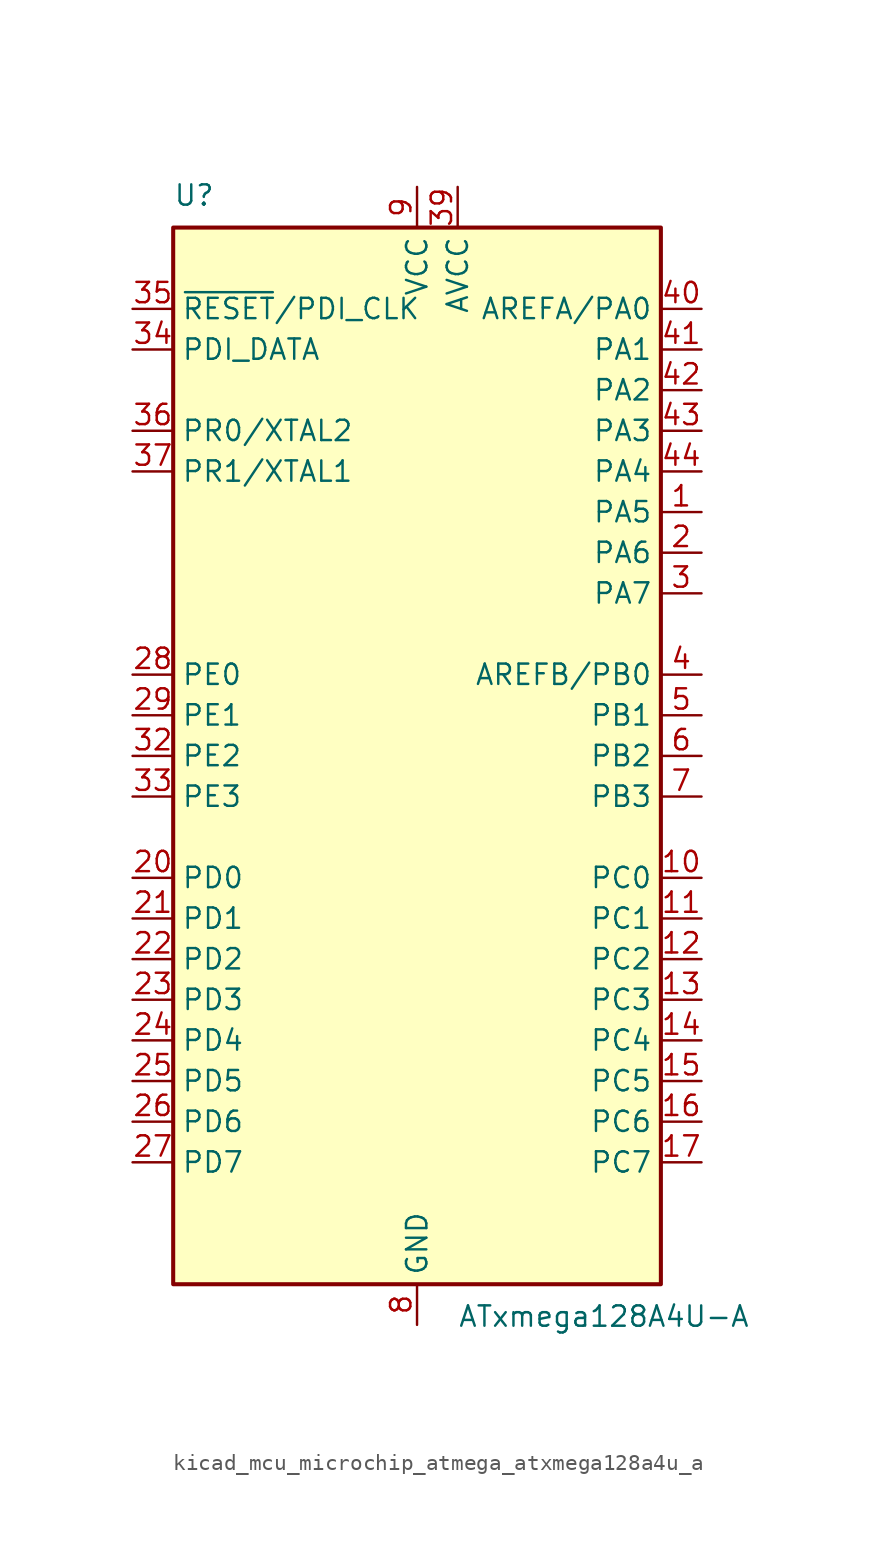
<source format=kicad_sym>
(kicad_symbol_lib
  (version 20220914)
  (generator kicad_symbol_editor)
  (symbol "kicad_mcu_microchip_atmega_atxmega128a4u_a"
    (property "Reference" "U"
      (at -15.24 34.29 0)
      (effects (font (size 1.27 1.27)) (justify left bottom)))
    (property "Value" "ATxmega128A4U-A"
      (at 2.54 -34.29 0)
      (effects (font (size 1.27 1.27)) (justify left top)))
    (symbol "kicad_mcu_microchip_atmega_atxmega128a4u_a_0_1"
      (rectangle (start -15.24 -33.02) (end 15.24 33.02) (stroke (width 0.254) (type default)) (fill (type background))))
    (symbol "kicad_mcu_microchip_atmega_atxmega128a4u_a_1_1"
      (pin bidirectional line (at 17.78 15.24 180) (length 2.54) (name "PA5" (effects (font (size 1.27 1.27)))) (number "1" (effects (font (size 1.27 1.27)))))
      (pin bidirectional line (at 17.78 -7.62 180) (length 2.54) (name "PC0" (effects (font (size 1.27 1.27)))) (number "10" (effects (font (size 1.27 1.27)))))
      (pin bidirectional line (at 17.78 -10.16 180) (length 2.54) (name "PC1" (effects (font (size 1.27 1.27)))) (number "11" (effects (font (size 1.27 1.27)))))
      (pin bidirectional line (at 17.78 -12.7 180) (length 2.54) (name "PC2" (effects (font (size 1.27 1.27)))) (number "12" (effects (font (size 1.27 1.27)))))
      (pin bidirectional line (at 17.78 -15.24 180) (length 2.54) (name "PC3" (effects (font (size 1.27 1.27)))) (number "13" (effects (font (size 1.27 1.27)))))
      (pin bidirectional line (at 17.78 -17.78 180) (length 2.54) (name "PC4" (effects (font (size 1.27 1.27)))) (number "14" (effects (font (size 1.27 1.27)))))
      (pin bidirectional line (at 17.78 -20.32 180) (length 2.54) (name "PC5" (effects (font (size 1.27 1.27)))) (number "15" (effects (font (size 1.27 1.27)))))
      (pin bidirectional line (at 17.78 -22.86 180) (length 2.54) (name "PC6" (effects (font (size 1.27 1.27)))) (number "16" (effects (font (size 1.27 1.27)))))
      (pin bidirectional line (at 17.78 -25.4 180) (length 2.54) (name "PC7" (effects (font (size 1.27 1.27)))) (number "17" (effects (font (size 1.27 1.27)))))
      (pin passive line (at 0 -35.56 90) (length 2.54) hide (name "GND" (effects (font (size 1.27 1.27)))) (number "18" (effects (font (size 1.27 1.27)))))
      (pin passive line (at 0 35.56 270) (length 2.54) hide (name "VCC" (effects (font (size 1.27 1.27)))) (number "19" (effects (font (size 1.27 1.27)))))
      (pin bidirectional line (at 17.78 12.7 180) (length 2.54) (name "PA6" (effects (font (size 1.27 1.27)))) (number "2" (effects (font (size 1.27 1.27)))))
      (pin bidirectional line (at -17.78 -7.62 0) (length 2.54) (name "PD0" (effects (font (size 1.27 1.27)))) (number "20" (effects (font (size 1.27 1.27)))))
      (pin bidirectional line (at -17.78 -10.16 0) (length 2.54) (name "PD1" (effects (font (size 1.27 1.27)))) (number "21" (effects (font (size 1.27 1.27)))))
      (pin bidirectional line (at -17.78 -12.7 0) (length 2.54) (name "PD2" (effects (font (size 1.27 1.27)))) (number "22" (effects (font (size 1.27 1.27)))))
      (pin bidirectional line (at -17.78 -15.24 0) (length 2.54) (name "PD3" (effects (font (size 1.27 1.27)))) (number "23" (effects (font (size 1.27 1.27)))))
      (pin bidirectional line (at -17.78 -17.78 0) (length 2.54) (name "PD4" (effects (font (size 1.27 1.27)))) (number "24" (effects (font (size 1.27 1.27)))))
      (pin bidirectional line (at -17.78 -20.32 0) (length 2.54) (name "PD5" (effects (font (size 1.27 1.27)))) (number "25" (effects (font (size 1.27 1.27)))))
      (pin bidirectional line (at -17.78 -22.86 0) (length 2.54) (name "PD6" (effects (font (size 1.27 1.27)))) (number "26" (effects (font (size 1.27 1.27)))))
      (pin bidirectional line (at -17.78 -25.4 0) (length 2.54) (name "PD7" (effects (font (size 1.27 1.27)))) (number "27" (effects (font (size 1.27 1.27)))))
      (pin bidirectional line (at -17.78 5.08 0) (length 2.54) (name "PE0" (effects (font (size 1.27 1.27)))) (number "28" (effects (font (size 1.27 1.27)))))
      (pin bidirectional line (at -17.78 2.54 0) (length 2.54) (name "PE1" (effects (font (size 1.27 1.27)))) (number "29" (effects (font (size 1.27 1.27)))))
      (pin bidirectional line (at 17.78 10.16 180) (length 2.54) (name "PA7" (effects (font (size 1.27 1.27)))) (number "3" (effects (font (size 1.27 1.27)))))
      (pin passive line (at 0 -35.56 90) (length 2.54) hide (name "GND" (effects (font (size 1.27 1.27)))) (number "30" (effects (font (size 1.27 1.27)))))
      (pin passive line (at 0 35.56 270) (length 2.54) hide (name "VCC" (effects (font (size 1.27 1.27)))) (number "31" (effects (font (size 1.27 1.27)))))
      (pin bidirectional line (at -17.78 0 0) (length 2.54) (name "PE2" (effects (font (size 1.27 1.27)))) (number "32" (effects (font (size 1.27 1.27)))))
      (pin bidirectional line (at -17.78 -2.54 0) (length 2.54) (name "PE3" (effects (font (size 1.27 1.27)))) (number "33" (effects (font (size 1.27 1.27)))))
      (pin bidirectional line (at -17.78 25.4 0) (length 2.54) (name "PDI_DATA" (effects (font (size 1.27 1.27)))) (number "34" (effects (font (size 1.27 1.27)))))
      (pin input line (at -17.78 27.94 0) (length 2.54) (name "~{RESET}/PDI_CLK" (effects (font (size 1.27 1.27)))) (number "35" (effects (font (size 1.27 1.27)))))
      (pin bidirectional line (at -17.78 20.32 0) (length 2.54) (name "PR0/XTAL2" (effects (font (size 1.27 1.27)))) (number "36" (effects (font (size 1.27 1.27)))))
      (pin bidirectional line (at -17.78 17.78 0) (length 2.54) (name "PR1/XTAL1" (effects (font (size 1.27 1.27)))) (number "37" (effects (font (size 1.27 1.27)))))
      (pin passive line (at 0 -35.56 90) (length 2.54) hide (name "GND" (effects (font (size 1.27 1.27)))) (number "38" (effects (font (size 1.27 1.27)))))
      (pin power_in line (at 2.54 35.56 270) (length 2.54) (name "AVCC" (effects (font (size 1.27 1.27)))) (number "39" (effects (font (size 1.27 1.27)))))
      (pin bidirectional line (at 17.78 5.08 180) (length 2.54) (name "AREFB/PB0" (effects (font (size 1.27 1.27)))) (number "4" (effects (font (size 1.27 1.27)))))
      (pin bidirectional line (at 17.78 27.94 180) (length 2.54) (name "AREFA/PA0" (effects (font (size 1.27 1.27)))) (number "40" (effects (font (size 1.27 1.27)))))
      (pin bidirectional line (at 17.78 25.4 180) (length 2.54) (name "PA1" (effects (font (size 1.27 1.27)))) (number "41" (effects (font (size 1.27 1.27)))))
      (pin bidirectional line (at 17.78 22.86 180) (length 2.54) (name "PA2" (effects (font (size 1.27 1.27)))) (number "42" (effects (font (size 1.27 1.27)))))
      (pin bidirectional line (at 17.78 20.32 180) (length 2.54) (name "PA3" (effects (font (size 1.27 1.27)))) (number "43" (effects (font (size 1.27 1.27)))))
      (pin bidirectional line (at 17.78 17.78 180) (length 2.54) (name "PA4" (effects (font (size 1.27 1.27)))) (number "44" (effects (font (size 1.27 1.27)))))
      (pin bidirectional line (at 17.78 2.54 180) (length 2.54) (name "PB1" (effects (font (size 1.27 1.27)))) (number "5" (effects (font (size 1.27 1.27)))))
      (pin bidirectional line (at 17.78 0 180) (length 2.54) (name "PB2" (effects (font (size 1.27 1.27)))) (number "6" (effects (font (size 1.27 1.27)))))
      (pin bidirectional line (at 17.78 -2.54 180) (length 2.54) (name "PB3" (effects (font (size 1.27 1.27)))) (number "7" (effects (font (size 1.27 1.27)))))
      (pin power_in line (at 0 -35.56 90) (length 2.54) (name "GND" (effects (font (size 1.27 1.27)))) (number "8" (effects (font (size 1.27 1.27)))))
      (pin power_in line (at 0 35.56 270) (length 2.54) (name "VCC" (effects (font (size 1.27 1.27)))) (number "9" (effects (font (size 1.27 1.27))))))))
</source>
